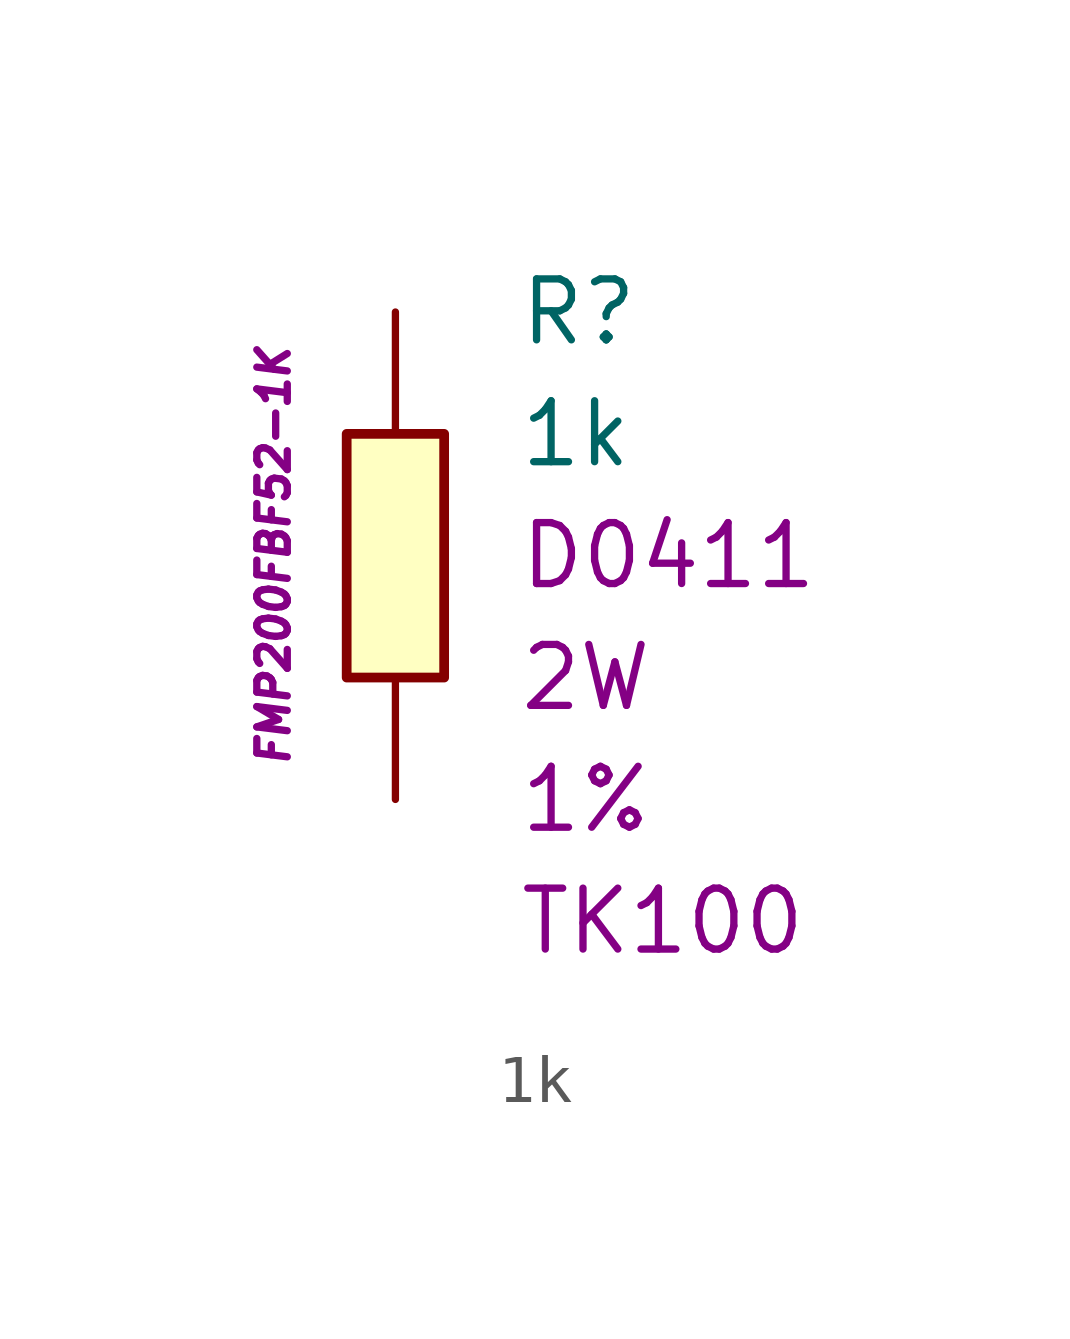
<source format=kicad_sym>
(kicad_symbol_lib
  (version 20201005)
  (generator kicad_symbol_editor)
  (symbol "1k"
    (pin_numbers hide)
    (pin_names
      (offset 1.016) hide)
    (property "Reference" "R"
      (at 2.54 5.08 0)
      (effects (font (size 1.27 1.27)) (justify left)))
    (property "Value" "1k"
      (at 2.54 2.54 0)
      (effects (font (size 1.27 1.27)) (justify left)))
    (property "Package" "D0411"
      (at 2.54 0 0)
      (effects (font (size 1.27 1.27)) (justify left)))
    (property "Power" "2W"
      (at 2.54 -2.54 0)
      (effects (font (size 1.27 1.27)) (justify left)))
    (property "Tolerance" "1%"
      (at 2.54 -5.08 0)
      (effects (font (size 1.27 1.27)) (justify left)))
    (property "TK" "TK100"
      (at 2.54 -7.62 0)
      (effects (font (size 1.27 1.27)) (justify left)))
    (property "ID" "FMP200FBF52-1K"
      (at -2.54 0 90)
      (effects (font (size 0.635 0.635) italic)))
    (symbol "1k_0_1"
      (rectangle (start -1.016 2.54) (end 1.016 -2.54) (stroke (width 0.203)) (fill (type background))))
    (symbol "1k_1_1"
      (pin passive line (at 0 5.08 270) (length 2.54) (name "~" (effects (font (size 1.778 1.778)))) (number "1" (effects (font (size 1.778 1.778)))))
      (pin passive line (at 0 -5.08 90) (length 2.54) (name "~" (effects (font (size 1.778 1.778)))) (number "2" (effects (font (size 1.778 1.778))))))))
</source>
